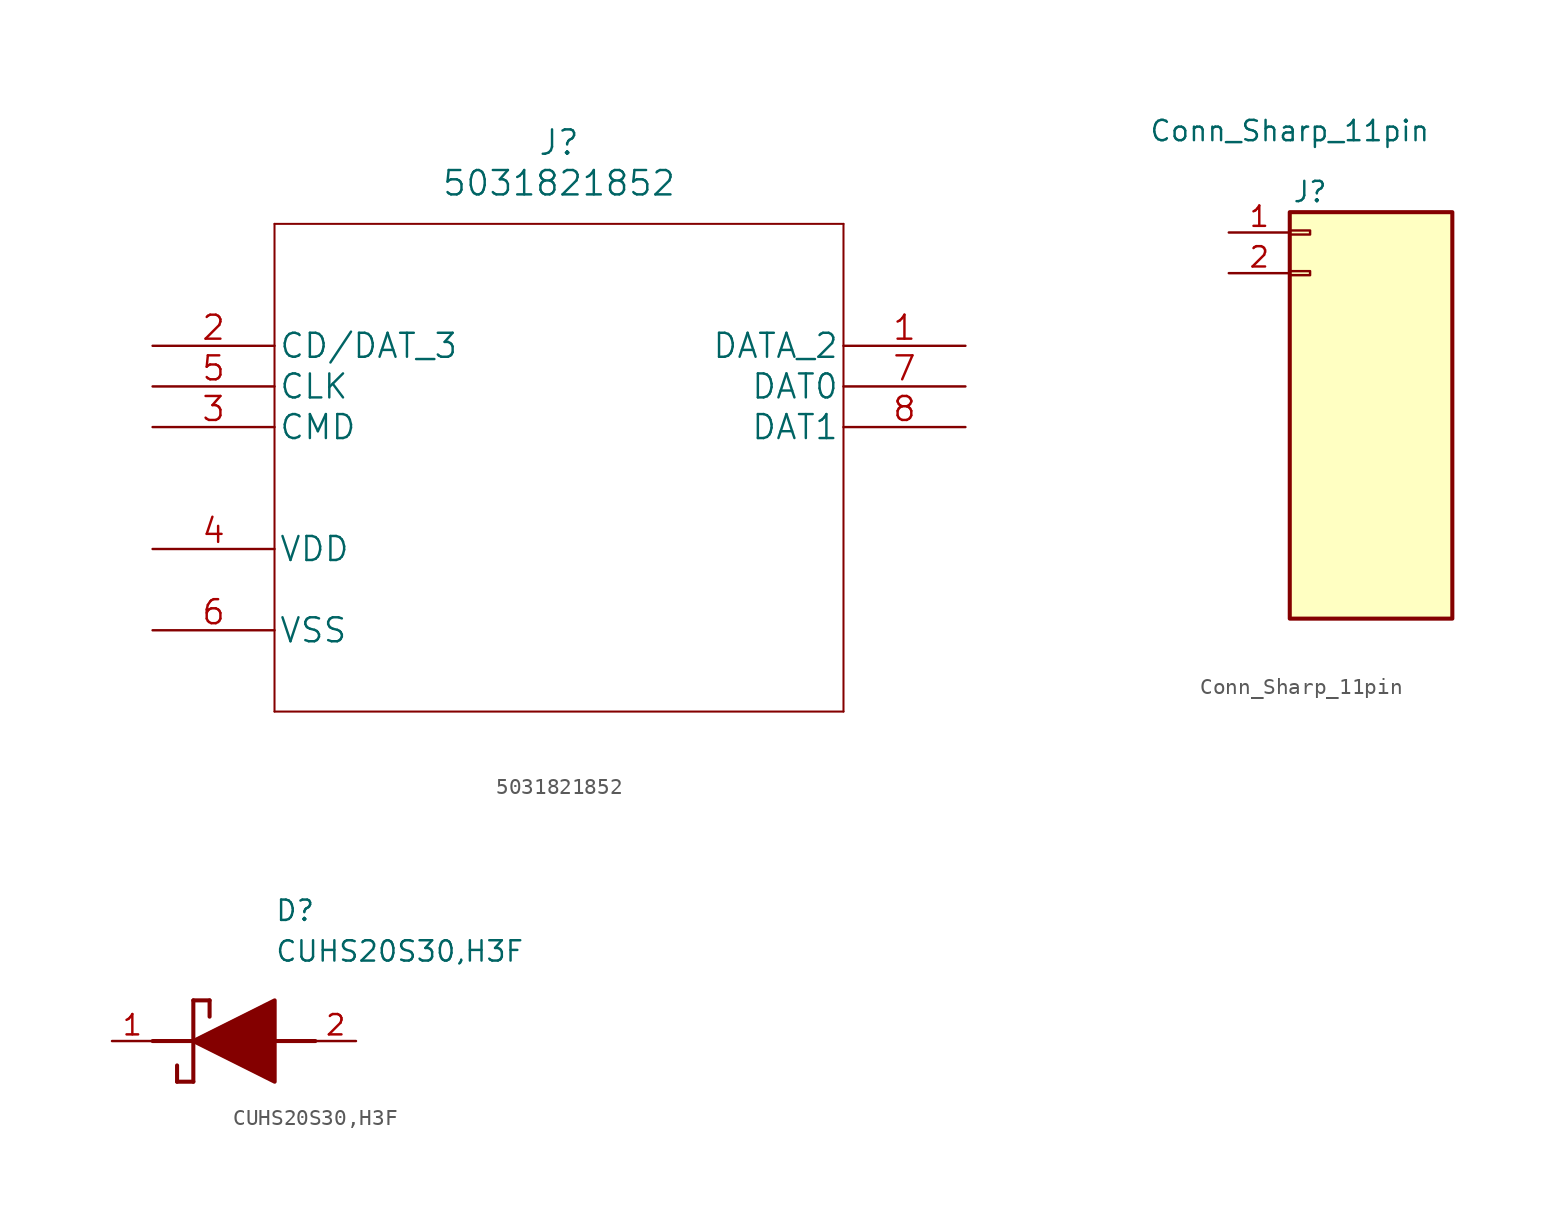
<source format=kicad_sym>
(kicad_symbol_lib
  (version 20220914)
  (generator kicad_symbol_editor)
  (symbol "5031821852"
    (pin_names
      (offset 0.254))
    (property "Reference" "J"
      (at 25.4 12.7 0)
      (effects (font (size 1.524 1.524))))
    (property "Value" "5031821852"
      (at 25.4 10.16 0)
      (effects (font (size 1.524 1.524))))
    (property "Datasheet" ""
      (at 0 0 0)
      (effects (font (size 1.524 1.524))))
    (property "ki_locked" ""
      (at 0 0 0)
      (effects (font (size 1.27 1.27))))
    (symbol "5031821852_1_1"
      (polyline (pts (xy 7.62 -22.86) (xy 43.18 -22.86)) (stroke (width 0.127) (type default)) (fill (type none)))
      (polyline (pts (xy 7.62 7.62) (xy 7.62 -22.86)) (stroke (width 0.127) (type default)) (fill (type none)))
      (polyline (pts (xy 43.18 -22.86) (xy 43.18 7.62)) (stroke (width 0.127) (type default)) (fill (type none)))
      (polyline (pts (xy 43.18 7.62) (xy 7.62 7.62)) (stroke (width 0.127) (type default)) (fill (type none)))
      (pin bidirectional line (at 50.8 0 180) (length 7.62) (name "DATA_2" (effects (font (size 1.499 1.499)))) (number "1" (effects (font (size 1.499 1.499)))))
      (pin bidirectional line (at 0 0 0) (length 7.62) (name "CD/DAT_3" (effects (font (size 1.499 1.499)))) (number "2" (effects (font (size 1.499 1.499)))))
      (pin unspecified line (at 0 -5.08 0) (length 7.62) (name "CMD" (effects (font (size 1.499 1.499)))) (number "3" (effects (font (size 1.499 1.499)))))
      (pin power_in line (at 0 -12.7 0) (length 7.62) (name "VDD" (effects (font (size 1.499 1.499)))) (number "4" (effects (font (size 1.499 1.499)))))
      (pin unspecified line (at 0 -2.54 0) (length 7.62) (name "CLK" (effects (font (size 1.499 1.499)))) (number "5" (effects (font (size 1.499 1.499)))))
      (pin power_in line (at 0 -17.78 0) (length 7.62) (name "VSS" (effects (font (size 1.499 1.499)))) (number "6" (effects (font (size 1.499 1.499)))))
      (pin bidirectional line (at 50.8 -2.54 180) (length 7.62) (name "DAT0" (effects (font (size 1.499 1.499)))) (number "7" (effects (font (size 1.499 1.499)))))
      (pin bidirectional line (at 50.8 -5.08 180) (length 7.62) (name "DAT1" (effects (font (size 1.499 1.499)))) (number "8" (effects (font (size 1.499 1.499)))))))
  (symbol "Conn_Sharp_11pin"
    (pin_names
      (offset 1.016) hide)
    (property "Reference" "J"
      (at 0 2.54 0)
      (effects (font (size 1.27 1.27))))
    (property "Value" "Conn_Sharp_11pin"
      (at -1.27 6.35 0)
      (effects (font (size 1.27 1.27))))
    (symbol "Conn_Sharp_11pin_1_1"
      (rectangle (start -1.27 -2.413) (end 0 -2.667) (stroke (width 0.152) (type default)) (fill (type none)))
      (rectangle (start -1.27 0.127) (end 0 -0.127) (stroke (width 0.152) (type default)) (fill (type none)))
      (rectangle (start -1.27 1.27) (end 8.89 -24.13) (stroke (width 0.254) (type default)) (fill (type background)))
      (pin passive line (at -5.08 0 0) (length 3.81) (name "MT_OUT2" (effects (font (size 1.27 1.27)))) (number "1" (effects (font (size 1.27 1.27)))))
      (pin passive line (at -5.08 -2.54 0) (length 3.81) (name "VGG" (effects (font (size 1.27 1.27)))) (number "2" (effects (font (size 1.27 1.27)))))))
  (symbol "CUHS20S30,H3F"
    (pin_names hide)
    (property "Reference" "D"
      (at 12.7 8.89 0)
      (effects (font (size 1.27 1.27)) (justify left top)))
    (property "Value" "CUHS20S30,H3F"
      (at 12.7 6.35 0)
      (effects (font (size 1.27 1.27)) (justify left top)))
    (symbol "CUHS20S30,H3F_1_1"
      (polyline (pts (xy 5.08 0) (xy 7.62 0)) (stroke (width 0.254) (type default)) (fill (type none)))
      (polyline (pts (xy 6.604 -1.524) (xy 6.604 -2.54)) (stroke (width 0.254) (type default)) (fill (type none)))
      (polyline (pts (xy 7.62 -2.54) (xy 6.604 -2.54)) (stroke (width 0.254) (type default)) (fill (type none)))
      (polyline (pts (xy 7.62 2.54) (xy 7.62 -2.54)) (stroke (width 0.254) (type default)) (fill (type none)))
      (polyline (pts (xy 7.62 2.54) (xy 8.636 2.54)) (stroke (width 0.254) (type default)) (fill (type none)))
      (polyline (pts (xy 8.636 1.524) (xy 8.636 2.54)) (stroke (width 0.254) (type default)) (fill (type none)))
      (polyline (pts (xy 12.7 0) (xy 15.24 0)) (stroke (width 0.254) (type default)) (fill (type none)))
      (polyline (pts (xy 7.62 0) (xy 12.7 2.54) (xy 12.7 -2.54) (xy 7.62 0)) (stroke (width 0.254) (type default)) (fill (type outline)))
      (pin passive line (at 2.54 0 0) (length 2.54) (name "K" (effects (font (size 1.27 1.27)))) (number "1" (effects (font (size 1.27 1.27)))))
      (pin passive line (at 17.78 0 180) (length 2.54) (name "A" (effects (font (size 1.27 1.27)))) (number "2" (effects (font (size 1.27 1.27))))))))
</source>
